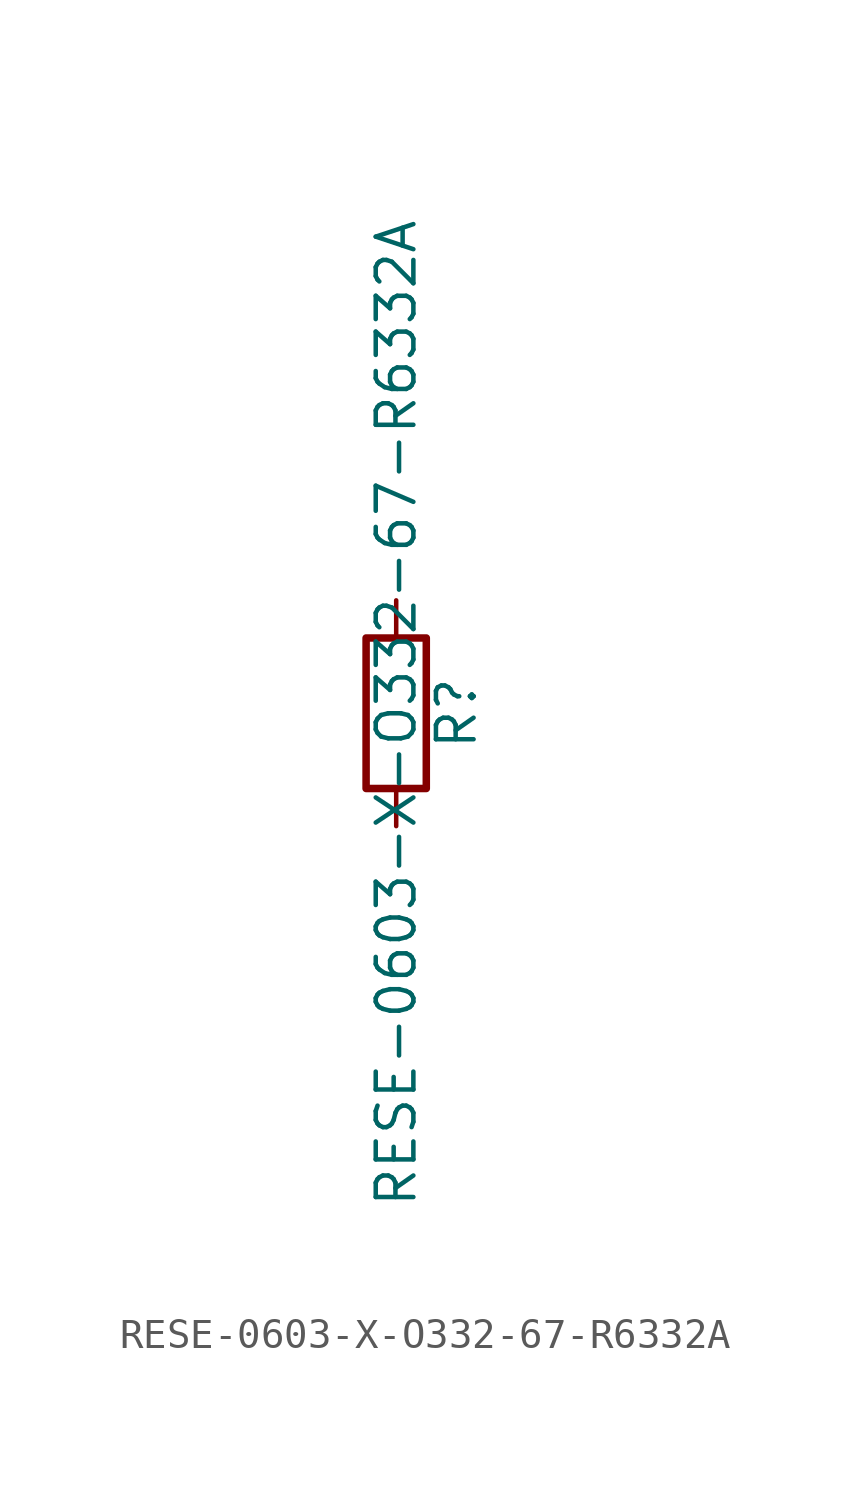
<source format=kicad_sym>
(kicad_symbol_lib
  (version 20211014)
  (generator kicad_symbol_editor)
  (symbol "RESE-0603-X-O332-67-R6332A"
    (pin_numbers hide)
    (pin_names
      (offset 0))
    (property "Reference" "R"
      (at 2.032 0 90)
      (effects (font (size 1.27 1.27))))
    (property "Value" "RESE-0603-X-O332-67-R6332A"
      (at 0 0 90)
      (effects (font (size 1.27 1.27))))
    (symbol "RESE-0603-X-O332-67-R6332A_0_1"
      (rectangle (start -1.016 -2.54) (end 1.016 2.54) (stroke (width 0.254) (type default) (color 0 0 0 0)) (fill (type none))))
    (symbol "RESE-0603-X-O332-67-R6332A_1_1"
      (pin passive line (at 0 3.81 270) (length 1.27) (name "~" (effects (font (size 1.27 1.27)))) (number "1" (effects (font (size 1.27 1.27)))))
      (pin passive line (at 0 -3.81 90) (length 1.27) (name "~" (effects (font (size 1.27 1.27)))) (number "2" (effects (font (size 1.27 1.27))))))))
</source>
